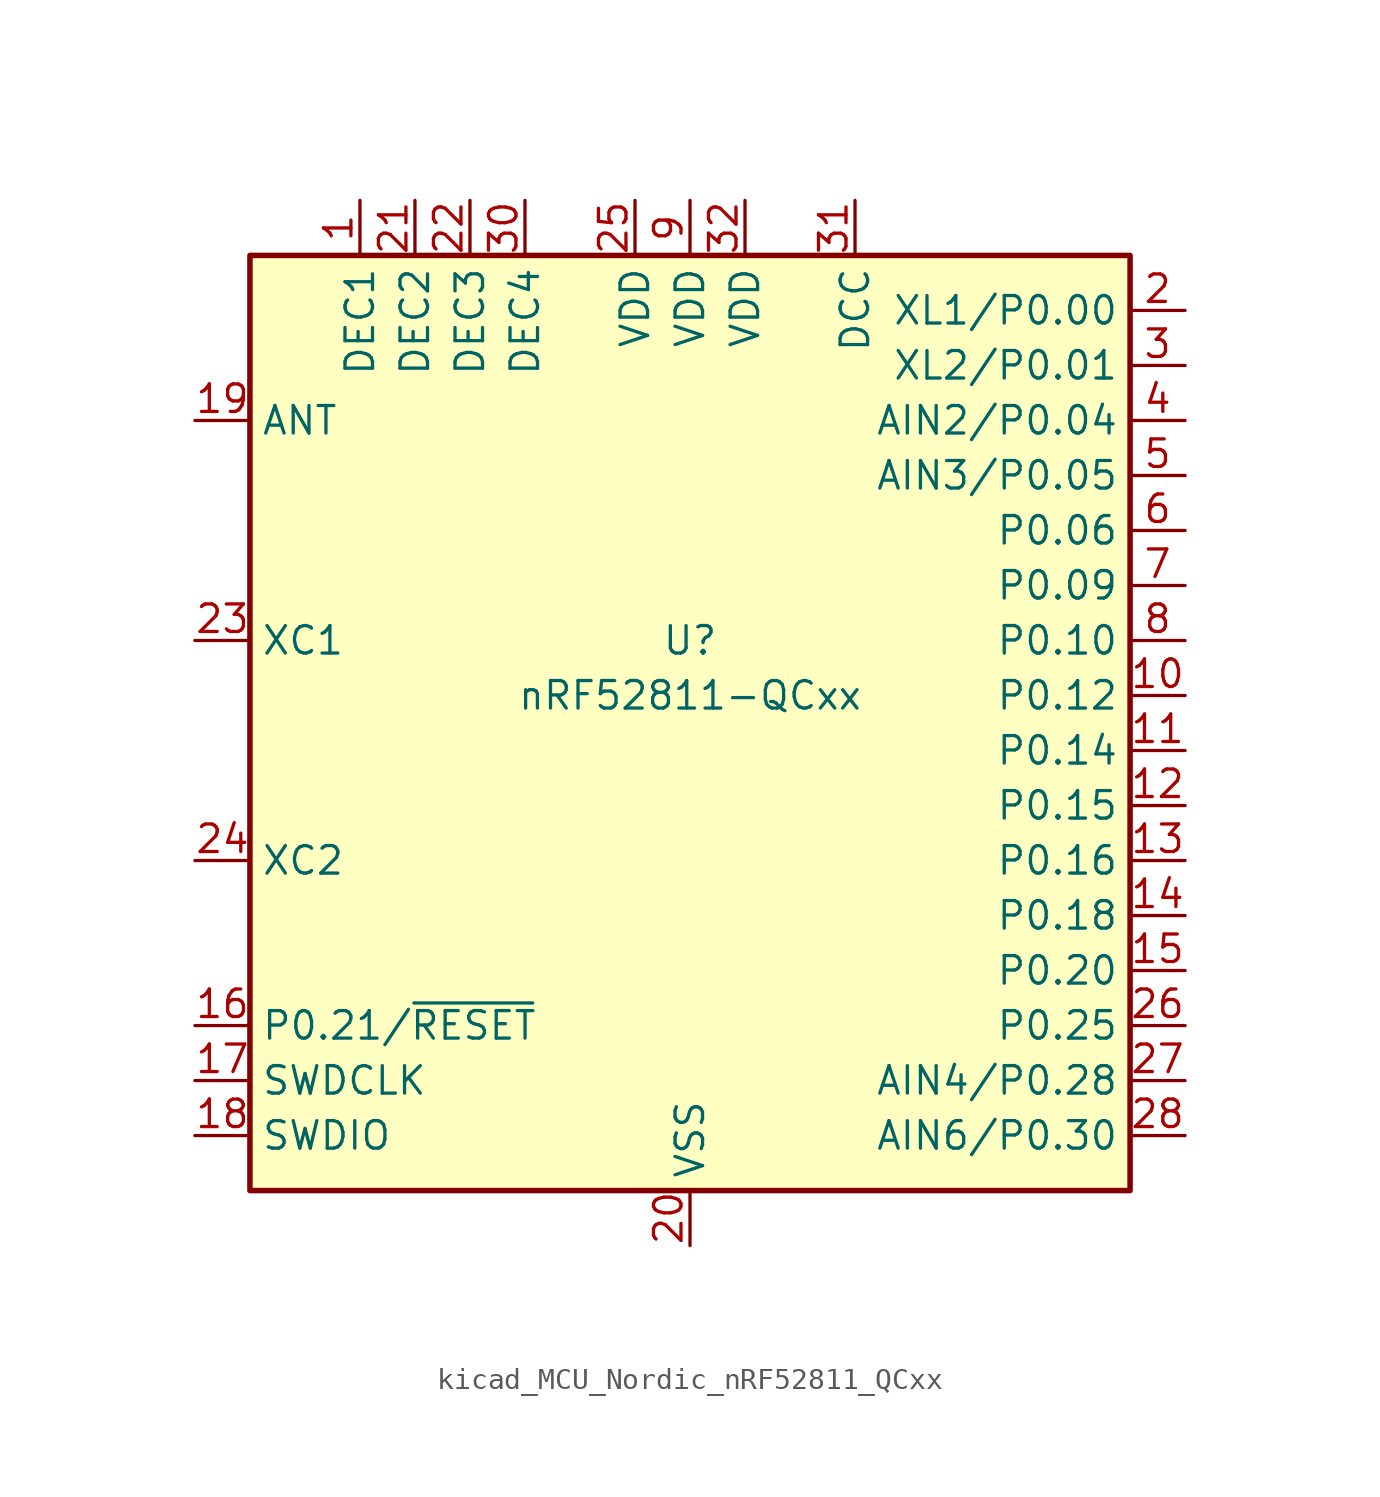
<source format=kicad_sym>
(kicad_symbol_lib
  (version 20220914)
  (generator kicad_symbol_editor)
  (symbol "kicad_MCU_Nordic_nRF52811_QCxx"
    (property "Reference" "U"
      (at 0 5.08 0)
      (effects (font (size 1.27 1.27))))
    (property "Value" "nRF52811-QCxx"
      (at 0 2.54 0)
      (effects (font (size 1.27 1.27))))
    (symbol "kicad_MCU_Nordic_nRF52811_QCxx_0_1"
      (rectangle (start -20.32 22.86) (end 20.32 -20.32) (stroke (width 0.254) (type default)) (fill (type background))))
    (symbol "kicad_MCU_Nordic_nRF52811_QCxx_1_1"
      (pin passive line (at -15.24 25.4 270) (length 2.54) (name "DEC1" (effects (font (size 1.27 1.27)))) (number "1" (effects (font (size 1.27 1.27)))))
      (pin bidirectional line (at 22.86 2.54 180) (length 2.54) (name "P0.12" (effects (font (size 1.27 1.27)))) (number "10" (effects (font (size 1.27 1.27)))))
      (pin bidirectional line (at 22.86 0 180) (length 2.54) (name "P0.14" (effects (font (size 1.27 1.27)))) (number "11" (effects (font (size 1.27 1.27)))))
      (pin bidirectional line (at 22.86 -2.54 180) (length 2.54) (name "P0.15" (effects (font (size 1.27 1.27)))) (number "12" (effects (font (size 1.27 1.27)))))
      (pin bidirectional line (at 22.86 -5.08 180) (length 2.54) (name "P0.16" (effects (font (size 1.27 1.27)))) (number "13" (effects (font (size 1.27 1.27)))))
      (pin bidirectional line (at 22.86 -7.62 180) (length 2.54) (name "P0.18" (effects (font (size 1.27 1.27)))) (number "14" (effects (font (size 1.27 1.27)))))
      (pin bidirectional line (at 22.86 -10.16 180) (length 2.54) (name "P0.20" (effects (font (size 1.27 1.27)))) (number "15" (effects (font (size 1.27 1.27)))))
      (pin bidirectional line (at -22.86 -12.7 0) (length 2.54) (name "P0.21/~{RESET}" (effects (font (size 1.27 1.27)))) (number "16" (effects (font (size 1.27 1.27)))))
      (pin input line (at -22.86 -15.24 0) (length 2.54) (name "SWDCLK" (effects (font (size 1.27 1.27)))) (number "17" (effects (font (size 1.27 1.27)))))
      (pin bidirectional line (at -22.86 -17.78 0) (length 2.54) (name "SWDIO" (effects (font (size 1.27 1.27)))) (number "18" (effects (font (size 1.27 1.27)))))
      (pin passive line (at -22.86 15.24 0) (length 2.54) (name "ANT" (effects (font (size 1.27 1.27)))) (number "19" (effects (font (size 1.27 1.27)))))
      (pin bidirectional line (at 22.86 20.32 180) (length 2.54) (name "XL1/P0.00" (effects (font (size 1.27 1.27)))) (number "2" (effects (font (size 1.27 1.27)))))
      (pin power_in line (at 0 -22.86 90) (length 2.54) (name "VSS" (effects (font (size 1.27 1.27)))) (number "20" (effects (font (size 1.27 1.27)))))
      (pin passive line (at -12.7 25.4 270) (length 2.54) (name "DEC2" (effects (font (size 1.27 1.27)))) (number "21" (effects (font (size 1.27 1.27)))))
      (pin passive line (at -10.16 25.4 270) (length 2.54) (name "DEC3" (effects (font (size 1.27 1.27)))) (number "22" (effects (font (size 1.27 1.27)))))
      (pin input line (at -22.86 5.08 0) (length 2.54) (name "XC1" (effects (font (size 1.27 1.27)))) (number "23" (effects (font (size 1.27 1.27)))))
      (pin input line (at -22.86 -5.08 0) (length 2.54) (name "XC2" (effects (font (size 1.27 1.27)))) (number "24" (effects (font (size 1.27 1.27)))))
      (pin power_in line (at -2.54 25.4 270) (length 2.54) (name "VDD" (effects (font (size 1.27 1.27)))) (number "25" (effects (font (size 1.27 1.27)))))
      (pin bidirectional line (at 22.86 -12.7 180) (length 2.54) (name "P0.25" (effects (font (size 1.27 1.27)))) (number "26" (effects (font (size 1.27 1.27)))))
      (pin bidirectional line (at 22.86 -15.24 180) (length 2.54) (name "AIN4/P0.28" (effects (font (size 1.27 1.27)))) (number "27" (effects (font (size 1.27 1.27)))))
      (pin bidirectional line (at 22.86 -17.78 180) (length 2.54) (name "AIN6/P0.30" (effects (font (size 1.27 1.27)))) (number "28" (effects (font (size 1.27 1.27)))))
      (pin passive line (at 0 -22.86 90) (length 2.54) hide (name "VSS" (effects (font (size 1.27 1.27)))) (number "29" (effects (font (size 1.27 1.27)))))
      (pin bidirectional line (at 22.86 17.78 180) (length 2.54) (name "XL2/P0.01" (effects (font (size 1.27 1.27)))) (number "3" (effects (font (size 1.27 1.27)))))
      (pin passive line (at -7.62 25.4 270) (length 2.54) (name "DEC4" (effects (font (size 1.27 1.27)))) (number "30" (effects (font (size 1.27 1.27)))))
      (pin power_out line (at 7.62 25.4 270) (length 2.54) (name "DCC" (effects (font (size 1.27 1.27)))) (number "31" (effects (font (size 1.27 1.27)))))
      (pin power_in line (at 2.54 25.4 270) (length 2.54) (name "VDD" (effects (font (size 1.27 1.27)))) (number "32" (effects (font (size 1.27 1.27)))))
      (pin passive line (at 0 -22.86 90) (length 2.54) hide (name "VSS" (effects (font (size 1.27 1.27)))) (number "33" (effects (font (size 1.27 1.27)))))
      (pin bidirectional line (at 22.86 15.24 180) (length 2.54) (name "AIN2/P0.04" (effects (font (size 1.27 1.27)))) (number "4" (effects (font (size 1.27 1.27)))))
      (pin bidirectional line (at 22.86 12.7 180) (length 2.54) (name "AIN3/P0.05" (effects (font (size 1.27 1.27)))) (number "5" (effects (font (size 1.27 1.27)))))
      (pin bidirectional line (at 22.86 10.16 180) (length 2.54) (name "P0.06" (effects (font (size 1.27 1.27)))) (number "6" (effects (font (size 1.27 1.27)))))
      (pin bidirectional line (at 22.86 7.62 180) (length 2.54) (name "P0.09" (effects (font (size 1.27 1.27)))) (number "7" (effects (font (size 1.27 1.27)))))
      (pin bidirectional line (at 22.86 5.08 180) (length 2.54) (name "P0.10" (effects (font (size 1.27 1.27)))) (number "8" (effects (font (size 1.27 1.27)))))
      (pin power_in line (at 0 25.4 270) (length 2.54) (name "VDD" (effects (font (size 1.27 1.27)))) (number "9" (effects (font (size 1.27 1.27))))))))
</source>
